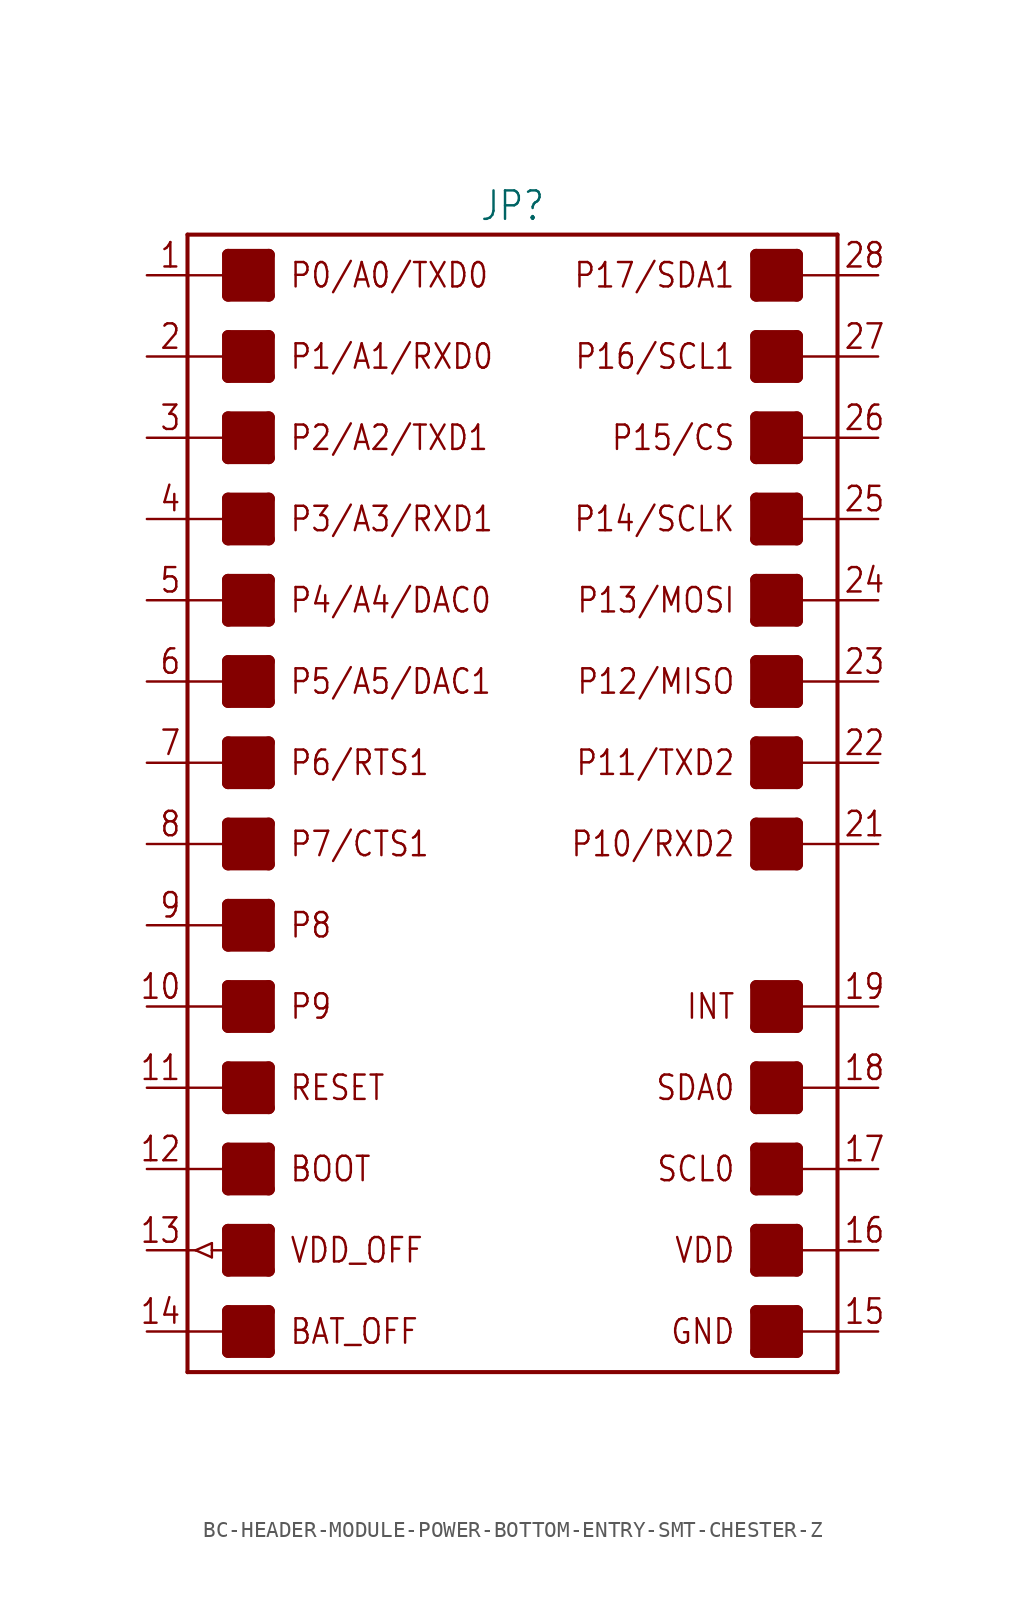
<source format=kicad_sym>
(kicad_symbol_lib
  (version 20231120)
  (generator "kicad_symbol_editor")
  (generator_version "8.0")
  (symbol "BC-HEADER-MODULE-POWER-BOTTOM-ENTRY-SMT-CHESTER-Z"
    (property "Reference" "JP"
      (at 0 36.322 0)
      (effects (font (size 1.778 1.511)) (justify bottom)))
    (property "Value" ""
      (at 0 -36.322 0)
      (effects (font (size 1.778 1.511)) (justify top)))
    (property "ki_locked" ""
      (at 0 0 0)
      (effects (font (size 1.27 1.27))))
    (symbol "BC-HEADER-MODULE-POWER-BOTTOM-ENTRY-SMT-CHESTER-Z_1_0"
      (rectangle (start -17.78 -34.29) (end -15.24 -31.75) (stroke (width 0) (type default)) (fill (type outline)))
      (rectangle (start -17.78 -29.21) (end -15.24 -26.67) (stroke (width 0) (type default)) (fill (type outline)))
      (rectangle (start -17.78 -24.13) (end -15.24 -21.59) (stroke (width 0) (type default)) (fill (type outline)))
      (rectangle (start -17.78 -19.05) (end -15.24 -16.51) (stroke (width 0) (type default)) (fill (type outline)))
      (rectangle (start -17.78 -13.97) (end -15.24 -11.43) (stroke (width 0) (type default)) (fill (type outline)))
      (rectangle (start -17.78 -8.89) (end -15.24 -6.35) (stroke (width 0) (type default)) (fill (type outline)))
      (rectangle (start -17.78 -3.81) (end -15.24 -1.27) (stroke (width 0) (type default)) (fill (type outline)))
      (rectangle (start -17.78 1.27) (end -15.24 3.81) (stroke (width 0) (type default)) (fill (type outline)))
      (rectangle (start -17.78 6.35) (end -15.24 8.89) (stroke (width 0) (type default)) (fill (type outline)))
      (rectangle (start -17.78 11.43) (end -15.24 13.97) (stroke (width 0) (type default)) (fill (type outline)))
      (rectangle (start -17.78 16.51) (end -15.24 19.05) (stroke (width 0) (type default)) (fill (type outline)))
      (rectangle (start -17.78 21.59) (end -15.24 24.13) (stroke (width 0) (type default)) (fill (type outline)))
      (rectangle (start -17.78 26.67) (end -15.24 29.21) (stroke (width 0) (type default)) (fill (type outline)))
      (rectangle (start -17.78 31.75) (end -15.24 34.29) (stroke (width 0) (type default)) (fill (type outline)))
      (polyline (pts (xy -20.32 -33.02) (xy -20.32 -35.56)) (stroke (width 0.254) (type solid)) (fill (type none)))
      (polyline (pts (xy -20.32 -33.02) (xy -17.78 -33.02)) (stroke (width 0.152) (type solid)) (fill (type none)))
      (polyline (pts (xy -20.32 -27.94) (xy -20.32 -33.02)) (stroke (width 0.254) (type solid)) (fill (type none)))
      (polyline (pts (xy -20.32 -27.94) (xy -19.812 -27.94)) (stroke (width 0.152) (type solid)) (fill (type none)))
      (polyline (pts (xy -20.32 -22.86) (xy -20.32 -27.94)) (stroke (width 0.254) (type solid)) (fill (type none)))
      (polyline (pts (xy -20.32 -22.86) (xy -17.78 -22.86)) (stroke (width 0.152) (type solid)) (fill (type none)))
      (polyline (pts (xy -20.32 -17.78) (xy -20.32 -22.86)) (stroke (width 0.254) (type solid)) (fill (type none)))
      (polyline (pts (xy -20.32 -17.78) (xy -17.78 -17.78)) (stroke (width 0.152) (type solid)) (fill (type none)))
      (polyline (pts (xy -20.32 -12.7) (xy -20.32 -17.78)) (stroke (width 0.254) (type solid)) (fill (type none)))
      (polyline (pts (xy -20.32 -12.7) (xy -17.78 -12.7)) (stroke (width 0.152) (type solid)) (fill (type none)))
      (polyline (pts (xy -20.32 -7.62) (xy -20.32 -12.7)) (stroke (width 0.254) (type solid)) (fill (type none)))
      (polyline (pts (xy -20.32 -7.62) (xy -17.78 -7.62)) (stroke (width 0.152) (type solid)) (fill (type none)))
      (polyline (pts (xy -20.32 -2.54) (xy -20.32 -7.62)) (stroke (width 0.254) (type solid)) (fill (type none)))
      (polyline (pts (xy -20.32 -2.54) (xy -17.78 -2.54)) (stroke (width 0.152) (type solid)) (fill (type none)))
      (polyline (pts (xy -20.32 2.54) (xy -20.32 -2.54)) (stroke (width 0.254) (type solid)) (fill (type none)))
      (polyline (pts (xy -20.32 2.54) (xy -17.78 2.54)) (stroke (width 0.152) (type solid)) (fill (type none)))
      (polyline (pts (xy -20.32 7.62) (xy -20.32 2.54)) (stroke (width 0.254) (type solid)) (fill (type none)))
      (polyline (pts (xy -20.32 7.62) (xy -17.78 7.62)) (stroke (width 0.152) (type solid)) (fill (type none)))
      (polyline (pts (xy -20.32 12.7) (xy -20.32 7.62)) (stroke (width 0.254) (type solid)) (fill (type none)))
      (polyline (pts (xy -20.32 12.7) (xy -17.78 12.7)) (stroke (width 0.152) (type solid)) (fill (type none)))
      (polyline (pts (xy -20.32 17.78) (xy -20.32 12.7)) (stroke (width 0.254) (type solid)) (fill (type none)))
      (polyline (pts (xy -20.32 17.78) (xy -17.78 17.78)) (stroke (width 0.152) (type solid)) (fill (type none)))
      (polyline (pts (xy -20.32 22.86) (xy -20.32 17.78)) (stroke (width 0.254) (type solid)) (fill (type none)))
      (polyline (pts (xy -20.32 22.86) (xy -17.78 22.86)) (stroke (width 0.152) (type solid)) (fill (type none)))
      (polyline (pts (xy -20.32 27.94) (xy -20.32 22.86)) (stroke (width 0.254) (type solid)) (fill (type none)))
      (polyline (pts (xy -20.32 27.94) (xy -17.78 27.94)) (stroke (width 0.152) (type solid)) (fill (type none)))
      (polyline (pts (xy -20.32 33.02) (xy -20.32 27.94)) (stroke (width 0.254) (type solid)) (fill (type none)))
      (polyline (pts (xy -20.32 33.02) (xy -17.78 33.02)) (stroke (width 0.152) (type solid)) (fill (type none)))
      (polyline (pts (xy -20.32 35.56) (xy -20.32 33.02)) (stroke (width 0.254) (type solid)) (fill (type none)))
      (polyline (pts (xy -20.32 35.56) (xy 20.32 35.56)) (stroke (width 0.254) (type solid)) (fill (type none)))
      (polyline (pts (xy -19.812 -27.94) (xy -18.796 -27.495)) (stroke (width 0.152) (type solid)) (fill (type none)))
      (polyline (pts (xy -18.796 -28.384) (xy -19.812 -27.94)) (stroke (width 0.152) (type solid)) (fill (type none)))
      (polyline (pts (xy -18.796 -27.94) (xy -18.796 -28.384)) (stroke (width 0.152) (type solid)) (fill (type none)))
      (polyline (pts (xy -18.796 -27.495) (xy -18.796 -27.94)) (stroke (width 0.152) (type solid)) (fill (type none)))
      (polyline (pts (xy -17.78 -34.29) (xy -15.24 -34.29)) (stroke (width 0.762) (type solid)) (fill (type none)))
      (polyline (pts (xy -17.78 -33.02) (xy -17.78 -34.29)) (stroke (width 0.762) (type solid)) (fill (type none)))
      (polyline (pts (xy -17.78 -31.75) (xy -17.78 -33.02)) (stroke (width 0.762) (type solid)) (fill (type none)))
      (polyline (pts (xy -17.78 -31.75) (xy -15.24 -31.75)) (stroke (width 0.762) (type solid)) (fill (type none)))
      (polyline (pts (xy -17.78 -29.21) (xy -15.24 -29.21)) (stroke (width 0.762) (type solid)) (fill (type none)))
      (polyline (pts (xy -17.78 -26.67) (xy -17.78 -29.21)) (stroke (width 0.762) (type solid)) (fill (type none)))
      (polyline (pts (xy -17.78 -26.67) (xy -15.24 -26.67)) (stroke (width 0.762) (type solid)) (fill (type none)))
      (polyline (pts (xy -17.78 -24.13) (xy -15.24 -24.13)) (stroke (width 0.762) (type solid)) (fill (type none)))
      (polyline (pts (xy -17.78 -22.86) (xy -17.78 -24.13)) (stroke (width 0.762) (type solid)) (fill (type none)))
      (polyline (pts (xy -17.78 -21.59) (xy -17.78 -22.86)) (stroke (width 0.762) (type solid)) (fill (type none)))
      (polyline (pts (xy -17.78 -21.59) (xy -15.24 -21.59)) (stroke (width 0.762) (type solid)) (fill (type none)))
      (polyline (pts (xy -17.78 -19.05) (xy -15.24 -19.05)) (stroke (width 0.762) (type solid)) (fill (type none)))
      (polyline (pts (xy -17.78 -17.78) (xy -17.78 -19.05)) (stroke (width 0.762) (type solid)) (fill (type none)))
      (polyline (pts (xy -17.78 -16.51) (xy -17.78 -17.78)) (stroke (width 0.762) (type solid)) (fill (type none)))
      (polyline (pts (xy -17.78 -16.51) (xy -15.24 -16.51)) (stroke (width 0.762) (type solid)) (fill (type none)))
      (polyline (pts (xy -17.78 -13.97) (xy -15.24 -13.97)) (stroke (width 0.762) (type solid)) (fill (type none)))
      (polyline (pts (xy -17.78 -12.7) (xy -17.78 -13.97)) (stroke (width 0.762) (type solid)) (fill (type none)))
      (polyline (pts (xy -17.78 -11.43) (xy -17.78 -12.7)) (stroke (width 0.762) (type solid)) (fill (type none)))
      (polyline (pts (xy -17.78 -11.43) (xy -15.24 -11.43)) (stroke (width 0.762) (type solid)) (fill (type none)))
      (polyline (pts (xy -17.78 -8.89) (xy -15.24 -8.89)) (stroke (width 0.762) (type solid)) (fill (type none)))
      (polyline (pts (xy -17.78 -7.62) (xy -17.78 -8.89)) (stroke (width 0.762) (type solid)) (fill (type none)))
      (polyline (pts (xy -17.78 -6.35) (xy -17.78 -7.62)) (stroke (width 0.762) (type solid)) (fill (type none)))
      (polyline (pts (xy -17.78 -6.35) (xy -15.24 -6.35)) (stroke (width 0.762) (type solid)) (fill (type none)))
      (polyline (pts (xy -17.78 -3.81) (xy -15.24 -3.81)) (stroke (width 0.762) (type solid)) (fill (type none)))
      (polyline (pts (xy -17.78 -2.54) (xy -17.78 -3.81)) (stroke (width 0.762) (type solid)) (fill (type none)))
      (polyline (pts (xy -17.78 -1.27) (xy -17.78 -2.54)) (stroke (width 0.762) (type solid)) (fill (type none)))
      (polyline (pts (xy -17.78 -1.27) (xy -15.24 -1.27)) (stroke (width 0.762) (type solid)) (fill (type none)))
      (polyline (pts (xy -17.78 1.27) (xy -15.24 1.27)) (stroke (width 0.762) (type solid)) (fill (type none)))
      (polyline (pts (xy -17.78 2.54) (xy -17.78 1.27)) (stroke (width 0.762) (type solid)) (fill (type none)))
      (polyline (pts (xy -17.78 3.81) (xy -17.78 2.54)) (stroke (width 0.762) (type solid)) (fill (type none)))
      (polyline (pts (xy -17.78 3.81) (xy -15.24 3.81)) (stroke (width 0.762) (type solid)) (fill (type none)))
      (polyline (pts (xy -17.78 6.35) (xy -15.24 6.35)) (stroke (width 0.762) (type solid)) (fill (type none)))
      (polyline (pts (xy -17.78 7.62) (xy -17.78 6.35)) (stroke (width 0.762) (type solid)) (fill (type none)))
      (polyline (pts (xy -17.78 8.89) (xy -17.78 7.62)) (stroke (width 0.762) (type solid)) (fill (type none)))
      (polyline (pts (xy -17.78 8.89) (xy -15.24 8.89)) (stroke (width 0.762) (type solid)) (fill (type none)))
      (polyline (pts (xy -17.78 11.43) (xy -15.24 11.43)) (stroke (width 0.762) (type solid)) (fill (type none)))
      (polyline (pts (xy -17.78 12.7) (xy -17.78 11.43)) (stroke (width 0.762) (type solid)) (fill (type none)))
      (polyline (pts (xy -17.78 13.97) (xy -17.78 12.7)) (stroke (width 0.762) (type solid)) (fill (type none)))
      (polyline (pts (xy -17.78 13.97) (xy -15.24 13.97)) (stroke (width 0.762) (type solid)) (fill (type none)))
      (polyline (pts (xy -17.78 16.51) (xy -15.24 16.51)) (stroke (width 0.762) (type solid)) (fill (type none)))
      (polyline (pts (xy -17.78 17.78) (xy -17.78 16.51)) (stroke (width 0.762) (type solid)) (fill (type none)))
      (polyline (pts (xy -17.78 19.05) (xy -17.78 17.78)) (stroke (width 0.762) (type solid)) (fill (type none)))
      (polyline (pts (xy -17.78 19.05) (xy -15.24 19.05)) (stroke (width 0.762) (type solid)) (fill (type none)))
      (polyline (pts (xy -17.78 21.59) (xy -15.24 21.59)) (stroke (width 0.762) (type solid)) (fill (type none)))
      (polyline (pts (xy -17.78 22.86) (xy -17.78 21.59)) (stroke (width 0.762) (type solid)) (fill (type none)))
      (polyline (pts (xy -17.78 24.13) (xy -17.78 22.86)) (stroke (width 0.762) (type solid)) (fill (type none)))
      (polyline (pts (xy -17.78 24.13) (xy -15.24 24.13)) (stroke (width 0.762) (type solid)) (fill (type none)))
      (polyline (pts (xy -17.78 26.67) (xy -15.24 26.67)) (stroke (width 0.762) (type solid)) (fill (type none)))
      (polyline (pts (xy -17.78 27.94) (xy -17.78 26.67)) (stroke (width 0.762) (type solid)) (fill (type none)))
      (polyline (pts (xy -17.78 29.21) (xy -17.78 27.94)) (stroke (width 0.762) (type solid)) (fill (type none)))
      (polyline (pts (xy -17.78 29.21) (xy -15.24 29.21)) (stroke (width 0.762) (type solid)) (fill (type none)))
      (polyline (pts (xy -17.78 31.75) (xy -15.24 31.75)) (stroke (width 0.762) (type solid)) (fill (type none)))
      (polyline (pts (xy -17.78 33.02) (xy -17.78 31.75)) (stroke (width 0.762) (type solid)) (fill (type none)))
      (polyline (pts (xy -17.78 34.29) (xy -17.78 33.02)) (stroke (width 0.762) (type solid)) (fill (type none)))
      (polyline (pts (xy -17.78 34.29) (xy -15.24 34.29)) (stroke (width 0.762) (type solid)) (fill (type none)))
      (polyline (pts (xy -16.51 -27.94) (xy -18.796 -27.94)) (stroke (width 0.152) (type solid)) (fill (type none)))
      (polyline (pts (xy -15.24 -34.29) (xy -15.24 -31.75)) (stroke (width 0.762) (type solid)) (fill (type none)))
      (polyline (pts (xy -15.24 -29.21) (xy -15.24 -26.67)) (stroke (width 0.762) (type solid)) (fill (type none)))
      (polyline (pts (xy -15.24 -24.13) (xy -15.24 -21.59)) (stroke (width 0.762) (type solid)) (fill (type none)))
      (polyline (pts (xy -15.24 -19.05) (xy -15.24 -16.51)) (stroke (width 0.762) (type solid)) (fill (type none)))
      (polyline (pts (xy -15.24 -13.97) (xy -15.24 -11.43)) (stroke (width 0.762) (type solid)) (fill (type none)))
      (polyline (pts (xy -15.24 -8.89) (xy -15.24 -6.35)) (stroke (width 0.762) (type solid)) (fill (type none)))
      (polyline (pts (xy -15.24 -3.81) (xy -15.24 -1.27)) (stroke (width 0.762) (type solid)) (fill (type none)))
      (polyline (pts (xy -15.24 1.27) (xy -15.24 3.81)) (stroke (width 0.762) (type solid)) (fill (type none)))
      (polyline (pts (xy -15.24 6.35) (xy -15.24 8.89)) (stroke (width 0.762) (type solid)) (fill (type none)))
      (polyline (pts (xy -15.24 11.43) (xy -15.24 13.97)) (stroke (width 0.762) (type solid)) (fill (type none)))
      (polyline (pts (xy -15.24 16.51) (xy -15.24 19.05)) (stroke (width 0.762) (type solid)) (fill (type none)))
      (polyline (pts (xy -15.24 21.59) (xy -15.24 24.13)) (stroke (width 0.762) (type solid)) (fill (type none)))
      (polyline (pts (xy -15.24 26.67) (xy -15.24 29.21)) (stroke (width 0.762) (type solid)) (fill (type none)))
      (polyline (pts (xy -15.24 31.75) (xy -15.24 34.29)) (stroke (width 0.762) (type solid)) (fill (type none)))
      (polyline (pts (xy 15.24 -34.29) (xy 17.78 -34.29)) (stroke (width 0.762) (type solid)) (fill (type none)))
      (polyline (pts (xy 15.24 -31.75) (xy 15.24 -34.29)) (stroke (width 0.762) (type solid)) (fill (type none)))
      (polyline (pts (xy 15.24 -31.75) (xy 17.78 -31.75)) (stroke (width 0.762) (type solid)) (fill (type none)))
      (polyline (pts (xy 15.24 -29.21) (xy 17.78 -29.21)) (stroke (width 0.762) (type solid)) (fill (type none)))
      (polyline (pts (xy 15.24 -26.67) (xy 15.24 -29.21)) (stroke (width 0.762) (type solid)) (fill (type none)))
      (polyline (pts (xy 15.24 -26.67) (xy 17.78 -26.67)) (stroke (width 0.762) (type solid)) (fill (type none)))
      (polyline (pts (xy 15.24 -24.13) (xy 17.78 -24.13)) (stroke (width 0.762) (type solid)) (fill (type none)))
      (polyline (pts (xy 15.24 -21.59) (xy 15.24 -24.13)) (stroke (width 0.762) (type solid)) (fill (type none)))
      (polyline (pts (xy 15.24 -21.59) (xy 17.78 -21.59)) (stroke (width 0.762) (type solid)) (fill (type none)))
      (polyline (pts (xy 15.24 -19.05) (xy 17.78 -19.05)) (stroke (width 0.762) (type solid)) (fill (type none)))
      (polyline (pts (xy 15.24 -16.51) (xy 15.24 -19.05)) (stroke (width 0.762) (type solid)) (fill (type none)))
      (polyline (pts (xy 15.24 -16.51) (xy 17.78 -16.51)) (stroke (width 0.762) (type solid)) (fill (type none)))
      (polyline (pts (xy 15.24 -13.97) (xy 17.78 -13.97)) (stroke (width 0.762) (type solid)) (fill (type none)))
      (polyline (pts (xy 15.24 -11.43) (xy 15.24 -13.97)) (stroke (width 0.762) (type solid)) (fill (type none)))
      (polyline (pts (xy 15.24 -11.43) (xy 17.78 -11.43)) (stroke (width 0.762) (type solid)) (fill (type none)))
      (polyline (pts (xy 15.24 -3.81) (xy 17.78 -3.81)) (stroke (width 0.762) (type solid)) (fill (type none)))
      (polyline (pts (xy 15.24 -1.27) (xy 15.24 -3.81)) (stroke (width 0.762) (type solid)) (fill (type none)))
      (polyline (pts (xy 15.24 -1.27) (xy 17.78 -1.27)) (stroke (width 0.762) (type solid)) (fill (type none)))
      (polyline (pts (xy 15.24 1.27) (xy 17.78 1.27)) (stroke (width 0.762) (type solid)) (fill (type none)))
      (polyline (pts (xy 15.24 3.81) (xy 15.24 1.27)) (stroke (width 0.762) (type solid)) (fill (type none)))
      (polyline (pts (xy 15.24 3.81) (xy 17.78 3.81)) (stroke (width 0.762) (type solid)) (fill (type none)))
      (polyline (pts (xy 15.24 6.35) (xy 17.78 6.35)) (stroke (width 0.762) (type solid)) (fill (type none)))
      (polyline (pts (xy 15.24 8.89) (xy 15.24 6.35)) (stroke (width 0.762) (type solid)) (fill (type none)))
      (polyline (pts (xy 15.24 8.89) (xy 17.78 8.89)) (stroke (width 0.762) (type solid)) (fill (type none)))
      (polyline (pts (xy 15.24 11.43) (xy 17.78 11.43)) (stroke (width 0.762) (type solid)) (fill (type none)))
      (polyline (pts (xy 15.24 13.97) (xy 15.24 11.43)) (stroke (width 0.762) (type solid)) (fill (type none)))
      (polyline (pts (xy 15.24 13.97) (xy 17.78 13.97)) (stroke (width 0.762) (type solid)) (fill (type none)))
      (polyline (pts (xy 15.24 16.51) (xy 17.78 16.51)) (stroke (width 0.762) (type solid)) (fill (type none)))
      (polyline (pts (xy 15.24 19.05) (xy 15.24 16.51)) (stroke (width 0.762) (type solid)) (fill (type none)))
      (polyline (pts (xy 15.24 19.05) (xy 17.78 19.05)) (stroke (width 0.762) (type solid)) (fill (type none)))
      (polyline (pts (xy 15.24 21.59) (xy 17.78 21.59)) (stroke (width 0.762) (type solid)) (fill (type none)))
      (polyline (pts (xy 15.24 24.13) (xy 15.24 21.59)) (stroke (width 0.762) (type solid)) (fill (type none)))
      (polyline (pts (xy 15.24 24.13) (xy 17.78 24.13)) (stroke (width 0.762) (type solid)) (fill (type none)))
      (polyline (pts (xy 15.24 26.67) (xy 17.78 26.67)) (stroke (width 0.762) (type solid)) (fill (type none)))
      (polyline (pts (xy 15.24 29.21) (xy 15.24 26.67)) (stroke (width 0.762) (type solid)) (fill (type none)))
      (polyline (pts (xy 15.24 29.21) (xy 17.78 29.21)) (stroke (width 0.762) (type solid)) (fill (type none)))
      (polyline (pts (xy 15.24 31.75) (xy 17.78 31.75)) (stroke (width 0.762) (type solid)) (fill (type none)))
      (polyline (pts (xy 15.24 34.29) (xy 15.24 31.75)) (stroke (width 0.762) (type solid)) (fill (type none)))
      (polyline (pts (xy 15.24 34.29) (xy 17.78 34.29)) (stroke (width 0.762) (type solid)) (fill (type none)))
      (polyline (pts (xy 17.78 -34.29) (xy 17.78 -33.02)) (stroke (width 0.762) (type solid)) (fill (type none)))
      (polyline (pts (xy 17.78 -33.02) (xy 17.78 -31.75)) (stroke (width 0.762) (type solid)) (fill (type none)))
      (polyline (pts (xy 17.78 -33.02) (xy 20.32 -33.02)) (stroke (width 0.152) (type solid)) (fill (type none)))
      (polyline (pts (xy 17.78 -29.21) (xy 17.78 -27.94)) (stroke (width 0.762) (type solid)) (fill (type none)))
      (polyline (pts (xy 17.78 -27.94) (xy 17.78 -26.67)) (stroke (width 0.762) (type solid)) (fill (type none)))
      (polyline (pts (xy 17.78 -27.94) (xy 20.32 -27.94)) (stroke (width 0.152) (type solid)) (fill (type none)))
      (polyline (pts (xy 17.78 -24.13) (xy 17.78 -22.86)) (stroke (width 0.762) (type solid)) (fill (type none)))
      (polyline (pts (xy 17.78 -22.86) (xy 17.78 -21.59)) (stroke (width 0.762) (type solid)) (fill (type none)))
      (polyline (pts (xy 17.78 -22.86) (xy 20.32 -22.86)) (stroke (width 0.152) (type solid)) (fill (type none)))
      (polyline (pts (xy 17.78 -19.05) (xy 17.78 -17.78)) (stroke (width 0.762) (type solid)) (fill (type none)))
      (polyline (pts (xy 17.78 -17.78) (xy 17.78 -16.51)) (stroke (width 0.762) (type solid)) (fill (type none)))
      (polyline (pts (xy 17.78 -17.78) (xy 20.32 -17.78)) (stroke (width 0.152) (type solid)) (fill (type none)))
      (polyline (pts (xy 17.78 -13.97) (xy 17.78 -12.7)) (stroke (width 0.762) (type solid)) (fill (type none)))
      (polyline (pts (xy 17.78 -12.7) (xy 17.78 -11.43)) (stroke (width 0.762) (type solid)) (fill (type none)))
      (polyline (pts (xy 17.78 -12.7) (xy 20.32 -12.7)) (stroke (width 0.152) (type solid)) (fill (type none)))
      (polyline (pts (xy 17.78 -3.81) (xy 17.78 -2.54)) (stroke (width 0.762) (type solid)) (fill (type none)))
      (polyline (pts (xy 17.78 -2.54) (xy 17.78 -1.27)) (stroke (width 0.762) (type solid)) (fill (type none)))
      (polyline (pts (xy 17.78 -2.54) (xy 20.32 -2.54)) (stroke (width 0.152) (type solid)) (fill (type none)))
      (polyline (pts (xy 17.78 1.27) (xy 17.78 2.54)) (stroke (width 0.762) (type solid)) (fill (type none)))
      (polyline (pts (xy 17.78 2.54) (xy 17.78 3.81)) (stroke (width 0.762) (type solid)) (fill (type none)))
      (polyline (pts (xy 17.78 2.54) (xy 20.32 2.54)) (stroke (width 0.152) (type solid)) (fill (type none)))
      (polyline (pts (xy 17.78 6.35) (xy 17.78 7.62)) (stroke (width 0.762) (type solid)) (fill (type none)))
      (polyline (pts (xy 17.78 7.62) (xy 17.78 8.89)) (stroke (width 0.762) (type solid)) (fill (type none)))
      (polyline (pts (xy 17.78 7.62) (xy 20.32 7.62)) (stroke (width 0.152) (type solid)) (fill (type none)))
      (polyline (pts (xy 17.78 11.43) (xy 17.78 12.7)) (stroke (width 0.762) (type solid)) (fill (type none)))
      (polyline (pts (xy 17.78 12.7) (xy 17.78 13.97)) (stroke (width 0.762) (type solid)) (fill (type none)))
      (polyline (pts (xy 17.78 12.7) (xy 20.32 12.7)) (stroke (width 0.152) (type solid)) (fill (type none)))
      (polyline (pts (xy 17.78 16.51) (xy 17.78 17.78)) (stroke (width 0.762) (type solid)) (fill (type none)))
      (polyline (pts (xy 17.78 17.78) (xy 17.78 19.05)) (stroke (width 0.762) (type solid)) (fill (type none)))
      (polyline (pts (xy 17.78 17.78) (xy 20.32 17.78)) (stroke (width 0.152) (type solid)) (fill (type none)))
      (polyline (pts (xy 17.78 21.59) (xy 17.78 22.86)) (stroke (width 0.762) (type solid)) (fill (type none)))
      (polyline (pts (xy 17.78 22.86) (xy 17.78 24.13)) (stroke (width 0.762) (type solid)) (fill (type none)))
      (polyline (pts (xy 17.78 22.86) (xy 20.32 22.86)) (stroke (width 0.152) (type solid)) (fill (type none)))
      (polyline (pts (xy 17.78 26.67) (xy 17.78 27.94)) (stroke (width 0.762) (type solid)) (fill (type none)))
      (polyline (pts (xy 17.78 27.94) (xy 17.78 29.21)) (stroke (width 0.762) (type solid)) (fill (type none)))
      (polyline (pts (xy 17.78 27.94) (xy 20.32 27.94)) (stroke (width 0.152) (type solid)) (fill (type none)))
      (polyline (pts (xy 17.78 31.75) (xy 17.78 33.02)) (stroke (width 0.762) (type solid)) (fill (type none)))
      (polyline (pts (xy 17.78 33.02) (xy 17.78 34.29)) (stroke (width 0.762) (type solid)) (fill (type none)))
      (polyline (pts (xy 17.78 33.02) (xy 20.32 33.02)) (stroke (width 0.152) (type solid)) (fill (type none)))
      (polyline (pts (xy 20.32 -35.56) (xy -20.32 -35.56)) (stroke (width 0.254) (type solid)) (fill (type none)))
      (polyline (pts (xy 20.32 -33.02) (xy 20.32 -35.56)) (stroke (width 0.254) (type solid)) (fill (type none)))
      (polyline (pts (xy 20.32 -27.94) (xy 20.32 -33.02)) (stroke (width 0.254) (type solid)) (fill (type none)))
      (polyline (pts (xy 20.32 -22.86) (xy 20.32 -27.94)) (stroke (width 0.254) (type solid)) (fill (type none)))
      (polyline (pts (xy 20.32 -17.78) (xy 20.32 -22.86)) (stroke (width 0.254) (type solid)) (fill (type none)))
      (polyline (pts (xy 20.32 -12.7) (xy 20.32 -17.78)) (stroke (width 0.254) (type solid)) (fill (type none)))
      (polyline (pts (xy 20.32 -2.54) (xy 20.32 -12.7)) (stroke (width 0.254) (type solid)) (fill (type none)))
      (polyline (pts (xy 20.32 2.54) (xy 20.32 -2.54)) (stroke (width 0.254) (type solid)) (fill (type none)))
      (polyline (pts (xy 20.32 7.62) (xy 20.32 2.54)) (stroke (width 0.254) (type solid)) (fill (type none)))
      (polyline (pts (xy 20.32 12.7) (xy 20.32 7.62)) (stroke (width 0.254) (type solid)) (fill (type none)))
      (polyline (pts (xy 20.32 17.78) (xy 20.32 12.7)) (stroke (width 0.254) (type solid)) (fill (type none)))
      (polyline (pts (xy 20.32 22.86) (xy 20.32 17.78)) (stroke (width 0.254) (type solid)) (fill (type none)))
      (polyline (pts (xy 20.32 27.94) (xy 20.32 22.86)) (stroke (width 0.254) (type solid)) (fill (type none)))
      (polyline (pts (xy 20.32 33.02) (xy 20.32 27.94)) (stroke (width 0.254) (type solid)) (fill (type none)))
      (polyline (pts (xy 20.32 35.56) (xy 20.32 33.02)) (stroke (width 0.254) (type solid)) (fill (type none)))
      (rectangle (start 15.24 -34.29) (end 17.78 -31.75) (stroke (width 0) (type default)) (fill (type outline)))
      (rectangle (start 15.24 -29.21) (end 17.78 -26.67) (stroke (width 0) (type default)) (fill (type outline)))
      (rectangle (start 15.24 -24.13) (end 17.78 -21.59) (stroke (width 0) (type default)) (fill (type outline)))
      (rectangle (start 15.24 -19.05) (end 17.78 -16.51) (stroke (width 0) (type default)) (fill (type outline)))
      (rectangle (start 15.24 -13.97) (end 17.78 -11.43) (stroke (width 0) (type default)) (fill (type outline)))
      (rectangle (start 15.24 -3.81) (end 17.78 -1.27) (stroke (width 0) (type default)) (fill (type outline)))
      (rectangle (start 15.24 1.27) (end 17.78 3.81) (stroke (width 0) (type default)) (fill (type outline)))
      (rectangle (start 15.24 6.35) (end 17.78 8.89) (stroke (width 0) (type default)) (fill (type outline)))
      (rectangle (start 15.24 11.43) (end 17.78 13.97) (stroke (width 0) (type default)) (fill (type outline)))
      (rectangle (start 15.24 16.51) (end 17.78 19.05) (stroke (width 0) (type default)) (fill (type outline)))
      (rectangle (start 15.24 21.59) (end 17.78 24.13) (stroke (width 0) (type default)) (fill (type outline)))
      (rectangle (start 15.24 26.67) (end 17.78 29.21) (stroke (width 0) (type default)) (fill (type outline)))
      (rectangle (start 15.24 31.75) (end 17.78 34.29) (stroke (width 0) (type default)) (fill (type outline)))
      (text "1" (at -20.676 33.376 0) (effects (font (size 1.524 1.295)) (justify right bottom)))
      (text "10" (at -20.676 -12.344 0) (effects (font (size 1.524 1.295)) (justify right bottom)))
      (text "11" (at -20.676 -17.424 0) (effects (font (size 1.524 1.295)) (justify right bottom)))
      (text "12" (at -20.676 -22.504 0) (effects (font (size 1.524 1.295)) (justify right bottom)))
      (text "13" (at -20.676 -27.6 0) (effects (font (size 1.524 1.295)) (justify right bottom)))
      (text "14" (at -20.676 -32.664 0) (effects (font (size 1.524 1.295)) (justify right bottom)))
      (text "15" (at 20.676 -32.664 0) (effects (font (size 1.524 1.295)) (justify left bottom)))
      (text "16" (at 20.676 -27.584 0) (effects (font (size 1.524 1.295)) (justify left bottom)))
      (text "17" (at 20.676 -22.504 0) (effects (font (size 1.524 1.295)) (justify left bottom)))
      (text "18" (at 20.676 -17.424 0) (effects (font (size 1.524 1.295)) (justify left bottom)))
      (text "19" (at 20.676 -12.344 0) (effects (font (size 1.524 1.295)) (justify left bottom)))
      (text "2" (at -20.676 28.296 0) (effects (font (size 1.524 1.295)) (justify right bottom)))
      (text "21" (at 20.676 -2.184 0) (effects (font (size 1.524 1.295)) (justify left bottom)))
      (text "22" (at 20.676 2.896 0) (effects (font (size 1.524 1.295)) (justify left bottom)))
      (text "23" (at 20.676 7.976 0) (effects (font (size 1.524 1.295)) (justify left bottom)))
      (text "24" (at 20.676 13.056 0) (effects (font (size 1.524 1.295)) (justify left bottom)))
      (text "25" (at 20.676 18.136 0) (effects (font (size 1.524 1.295)) (justify left bottom)))
      (text "26" (at 20.676 23.216 0) (effects (font (size 1.524 1.295)) (justify left bottom)))
      (text "27" (at 20.676 28.296 0) (effects (font (size 1.524 1.295)) (justify left bottom)))
      (text "28" (at 20.676 33.376 0) (effects (font (size 1.524 1.295)) (justify left bottom)))
      (text "3" (at -20.676 23.216 0) (effects (font (size 1.524 1.295)) (justify right bottom)))
      (text "4" (at -20.676 18.136 0) (effects (font (size 1.524 1.295)) (justify right bottom)))
      (text "5" (at -20.676 13.056 0) (effects (font (size 1.524 1.295)) (justify right bottom)))
      (text "6" (at -20.676 7.976 0) (effects (font (size 1.524 1.295)) (justify right bottom)))
      (text "7" (at -20.676 2.896 0) (effects (font (size 1.524 1.295)) (justify right bottom)))
      (text "8" (at -20.676 -2.184 0) (effects (font (size 1.524 1.295)) (justify right bottom)))
      (text "9" (at -20.676 -7.264 0) (effects (font (size 1.524 1.295)) (justify right bottom)))
      (text "BAT_OFF" (at -13.97 -33.02 0) (effects (font (size 1.524 1.295)) (justify left)))
      (text "BOOT" (at -13.97 -22.86 0) (effects (font (size 1.524 1.295)) (justify left)))
      (text "GND" (at 13.97 -33.02 0) (effects (font (size 1.524 1.295)) (justify right)))
      (text "INT" (at 13.97 -12.7 0) (effects (font (size 1.524 1.295)) (justify right)))
      (text "P0/A0/TXD0" (at -13.97 33.02 0) (effects (font (size 1.524 1.295)) (justify left)))
      (text "P1/A1/RXD0" (at -13.97 27.94 0) (effects (font (size 1.524 1.295)) (justify left)))
      (text "P10/RXD2" (at 13.97 -2.54 0) (effects (font (size 1.524 1.295)) (justify right)))
      (text "P11/TXD2" (at 13.97 2.54 0) (effects (font (size 1.524 1.295)) (justify right)))
      (text "P12/MISO" (at 13.97 7.62 0) (effects (font (size 1.524 1.295)) (justify right)))
      (text "P13/MOSI" (at 13.97 12.7 0) (effects (font (size 1.524 1.295)) (justify right)))
      (text "P14/SCLK" (at 13.97 17.78 0) (effects (font (size 1.524 1.295)) (justify right)))
      (text "P15/CS" (at 13.97 22.86 0) (effects (font (size 1.524 1.295)) (justify right)))
      (text "P16/SCL1" (at 13.97 27.94 0) (effects (font (size 1.524 1.295)) (justify right)))
      (text "P17/SDA1" (at 13.97 33.02 0) (effects (font (size 1.524 1.295)) (justify right)))
      (text "P2/A2/TXD1" (at -13.97 22.86 0) (effects (font (size 1.524 1.295)) (justify left)))
      (text "P3/A3/RXD1" (at -13.97 17.78 0) (effects (font (size 1.524 1.295)) (justify left)))
      (text "P4/A4/DAC0" (at -13.97 12.7 0) (effects (font (size 1.524 1.295)) (justify left)))
      (text "P5/A5/DAC1" (at -13.97 7.62 0) (effects (font (size 1.524 1.295)) (justify left)))
      (text "P6/RTS1" (at -13.97 2.54 0) (effects (font (size 1.524 1.295)) (justify left)))
      (text "P7/CTS1" (at -13.97 -2.54 0) (effects (font (size 1.524 1.295)) (justify left)))
      (text "P8" (at -13.97 -7.62 0) (effects (font (size 1.524 1.295)) (justify left)))
      (text "P9" (at -13.97 -12.7 0) (effects (font (size 1.524 1.295)) (justify left)))
      (text "RESET" (at -13.97 -17.78 0) (effects (font (size 1.524 1.295)) (justify left)))
      (text "SCL0" (at 13.97 -22.86 0) (effects (font (size 1.524 1.295)) (justify right)))
      (text "SDA0" (at 13.97 -17.78 0) (effects (font (size 1.524 1.295)) (justify right)))
      (text "VDD" (at 13.97 -27.94 0) (effects (font (size 1.524 1.295)) (justify right)))
      (text "VDD_OFF" (at -13.97 -27.94 0) (effects (font (size 1.524 1.295)) (justify left)))
      (pin passive line (at -22.86 33.02 0) (length 2.54) (name "P0/A0/TXD0" (effects (font (size 0 0)))) (number "1" (effects (font (size 0 0)))))
      (pin passive line (at -22.86 -12.7 0) (length 2.54) (name "P9" (effects (font (size 0 0)))) (number "10" (effects (font (size 0 0)))))
      (pin passive line (at -22.86 -17.78 0) (length 2.54) (name "RESET" (effects (font (size 0 0)))) (number "11" (effects (font (size 0 0)))))
      (pin passive line (at -22.86 -22.86 0) (length 2.54) (name "BOOT" (effects (font (size 0 0)))) (number "12" (effects (font (size 0 0)))))
      (pin passive line (at -22.86 -27.94 0) (length 2.54) (name "VDD_OFF_OUT" (effects (font (size 0 0)))) (number "13" (effects (font (size 0 0)))))
      (pin passive line (at -22.86 -33.02 0) (length 2.54) (name "BAT_OFF" (effects (font (size 0 0)))) (number "14" (effects (font (size 0 0)))))
      (pin passive line (at 22.86 -33.02 180) (length 2.54) (name "GND" (effects (font (size 0 0)))) (number "15" (effects (font (size 0 0)))))
      (pin passive line (at 22.86 -27.94 180) (length 2.54) (name "VDD" (effects (font (size 0 0)))) (number "16" (effects (font (size 0 0)))))
      (pin passive line (at 22.86 -22.86 180) (length 2.54) (name "SCL0" (effects (font (size 0 0)))) (number "17" (effects (font (size 0 0)))))
      (pin passive line (at 22.86 -17.78 180) (length 2.54) (name "SDA0" (effects (font (size 0 0)))) (number "18" (effects (font (size 0 0)))))
      (pin passive line (at 22.86 -12.7 180) (length 2.54) (name "INT" (effects (font (size 0 0)))) (number "19" (effects (font (size 0 0)))))
      (pin passive line (at -22.86 27.94 0) (length 2.54) (name "P1/A1/RXD0" (effects (font (size 0 0)))) (number "2" (effects (font (size 0 0)))))
      (pin passive line (at 22.86 -2.54 180) (length 2.54) (name "P10/RXD2" (effects (font (size 0 0)))) (number "21" (effects (font (size 0 0)))))
      (pin passive line (at 22.86 2.54 180) (length 2.54) (name "P11/TXD2" (effects (font (size 0 0)))) (number "22" (effects (font (size 0 0)))))
      (pin passive line (at 22.86 7.62 180) (length 2.54) (name "P12/MISO" (effects (font (size 0 0)))) (number "23" (effects (font (size 0 0)))))
      (pin passive line (at 22.86 12.7 180) (length 2.54) (name "P13/MOSI" (effects (font (size 0 0)))) (number "24" (effects (font (size 0 0)))))
      (pin passive line (at 22.86 17.78 180) (length 2.54) (name "P14/SCLK" (effects (font (size 0 0)))) (number "25" (effects (font (size 0 0)))))
      (pin passive line (at 22.86 22.86 180) (length 2.54) (name "P15/CS" (effects (font (size 0 0)))) (number "26" (effects (font (size 0 0)))))
      (pin passive line (at 22.86 27.94 180) (length 2.54) (name "P16/SCL1" (effects (font (size 0 0)))) (number "27" (effects (font (size 0 0)))))
      (pin passive line (at 22.86 33.02 180) (length 2.54) (name "P17/SDA1" (effects (font (size 0 0)))) (number "28" (effects (font (size 0 0)))))
      (pin passive line (at -22.86 22.86 0) (length 2.54) (name "P2/A2/TXD1" (effects (font (size 0 0)))) (number "3" (effects (font (size 0 0)))))
      (pin passive line (at -22.86 17.78 0) (length 2.54) (name "P3/A3/RXD1" (effects (font (size 0 0)))) (number "4" (effects (font (size 0 0)))))
      (pin passive line (at -22.86 12.7 0) (length 2.54) (name "P4/A4/DAC0" (effects (font (size 0 0)))) (number "5" (effects (font (size 0 0)))))
      (pin passive line (at -22.86 7.62 0) (length 2.54) (name "P5/A5/DAC1" (effects (font (size 0 0)))) (number "6" (effects (font (size 0 0)))))
      (pin passive line (at -22.86 2.54 0) (length 2.54) (name "P6/RTS1" (effects (font (size 0 0)))) (number "7" (effects (font (size 0 0)))))
      (pin passive line (at -22.86 -2.54 0) (length 2.54) (name "P7/CTS1" (effects (font (size 0 0)))) (number "8" (effects (font (size 0 0)))))
      (pin passive line (at -22.86 -7.62 0) (length 2.54) (name "P8" (effects (font (size 0 0)))) (number "9" (effects (font (size 0 0))))))))
</source>
